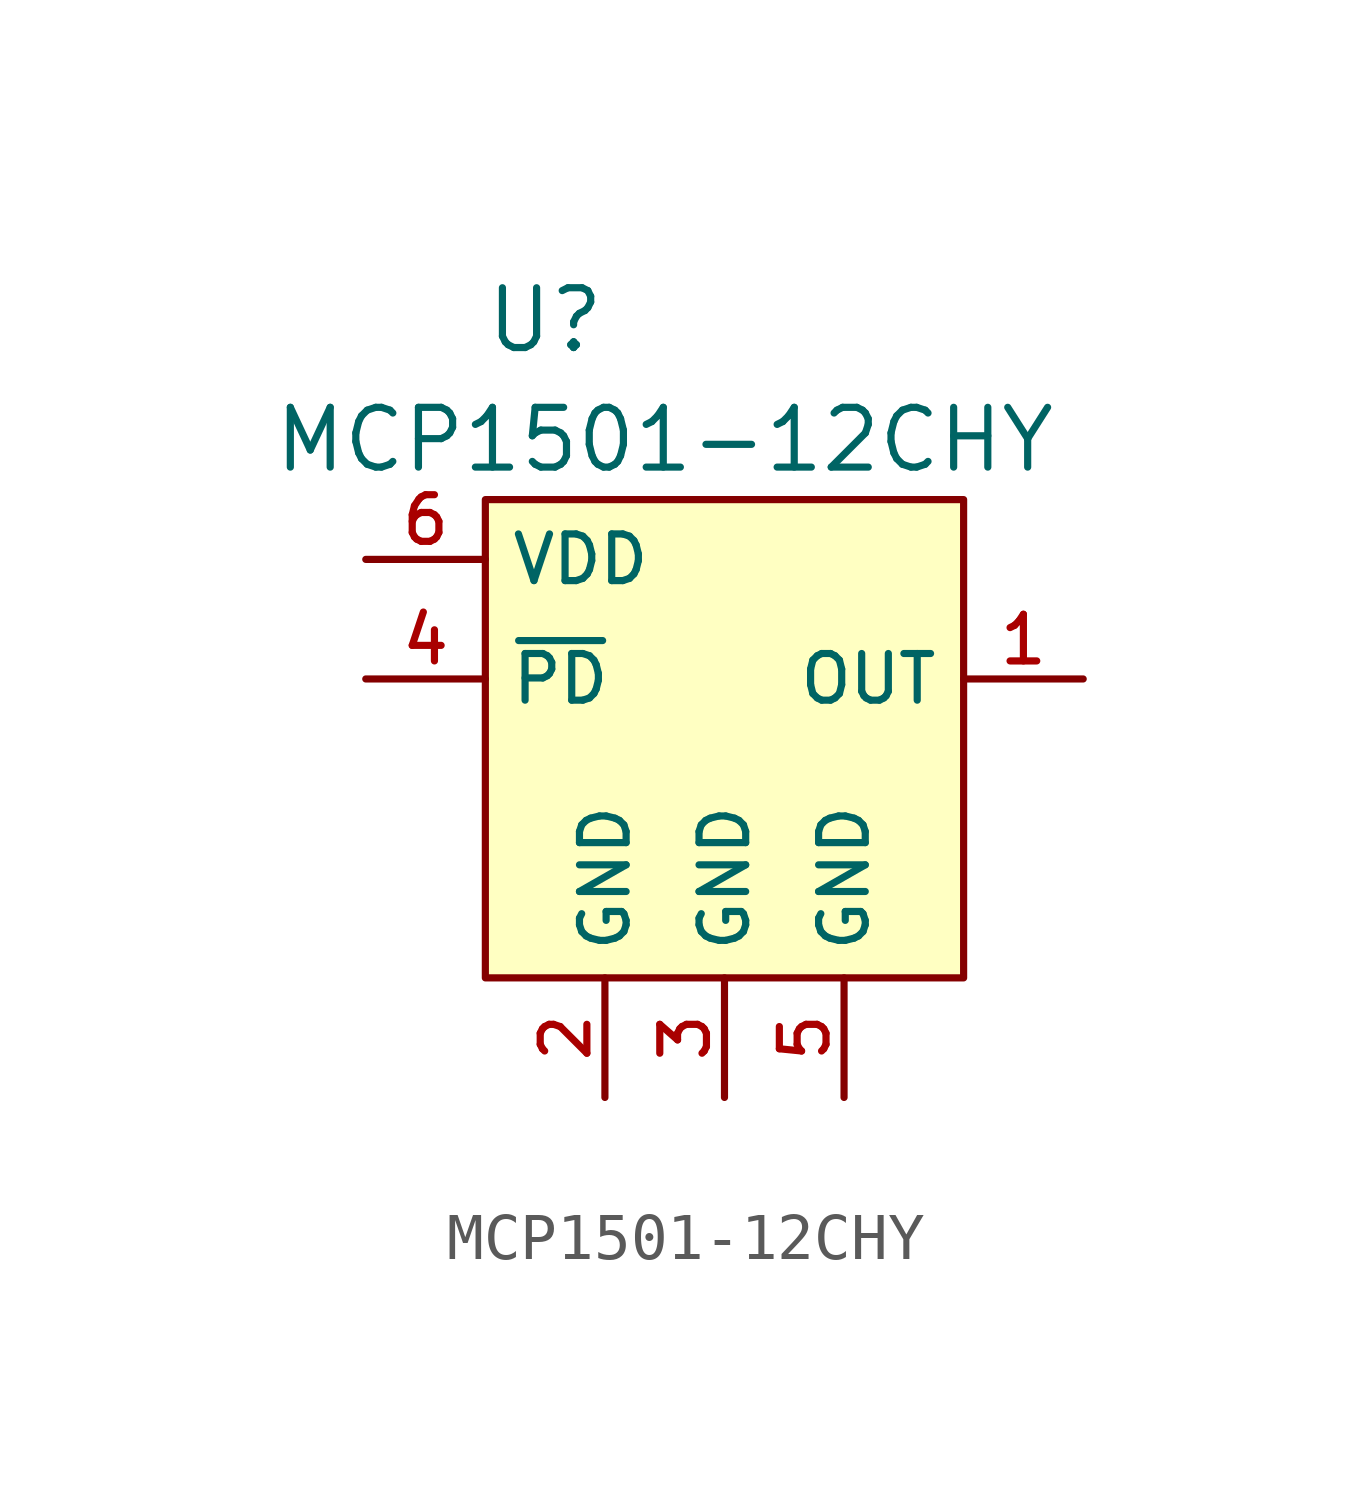
<source format=kicad_sym>
(kicad_symbol_lib
  (version 20211014)
  (generator kicad_symbol_editor)
  (symbol "MCP1501-12CHY"
    (property "Reference" "U"
      (at 3.81 5.08 0)
      (effects (font (size 1.27 1.27))))
    (property "Value" "MCP1501-12CHY"
      (at 6.35 2.54 0)
      (effects (font (size 1.27 1.27))))
    (symbol "MCP1501-12CHY_0_1"
      (rectangle (start 12.7 1.27) (end 2.54 -8.89) (stroke (width 0) (type default) (color 0 0 0 0)) (fill (type background))))
    (symbol "MCP1501-12CHY_1_1"
      (pin output line (at 15.24 -2.54 180) (length 2.54) (name "OUT" (effects (font (size 0.991 0.991)))) (number "1" (effects (font (size 0.991 0.991)))))
      (pin power_in line (at 5.08 -11.43 90) (length 2.54) (name "GND" (effects (font (size 0.991 0.991)))) (number "2" (effects (font (size 0.991 0.991)))))
      (pin power_in line (at 7.62 -11.43 90) (length 2.54) (name "GND" (effects (font (size 0.991 0.991)))) (number "3" (effects (font (size 0.991 0.991)))))
      (pin input line (at 0 -2.54 0) (length 2.54) (name "~{PD}" (effects (font (size 0.991 0.991)))) (number "4" (effects (font (size 0.991 0.991)))))
      (pin power_in line (at 10.16 -11.43 90) (length 2.54) (name "GND" (effects (font (size 0.991 0.991)))) (number "5" (effects (font (size 0.991 0.991)))))
      (pin power_in line (at 0 0 0) (length 2.54) (name "VDD" (effects (font (size 0.991 0.991)))) (number "6" (effects (font (size 0.991 0.991))))))))
</source>
